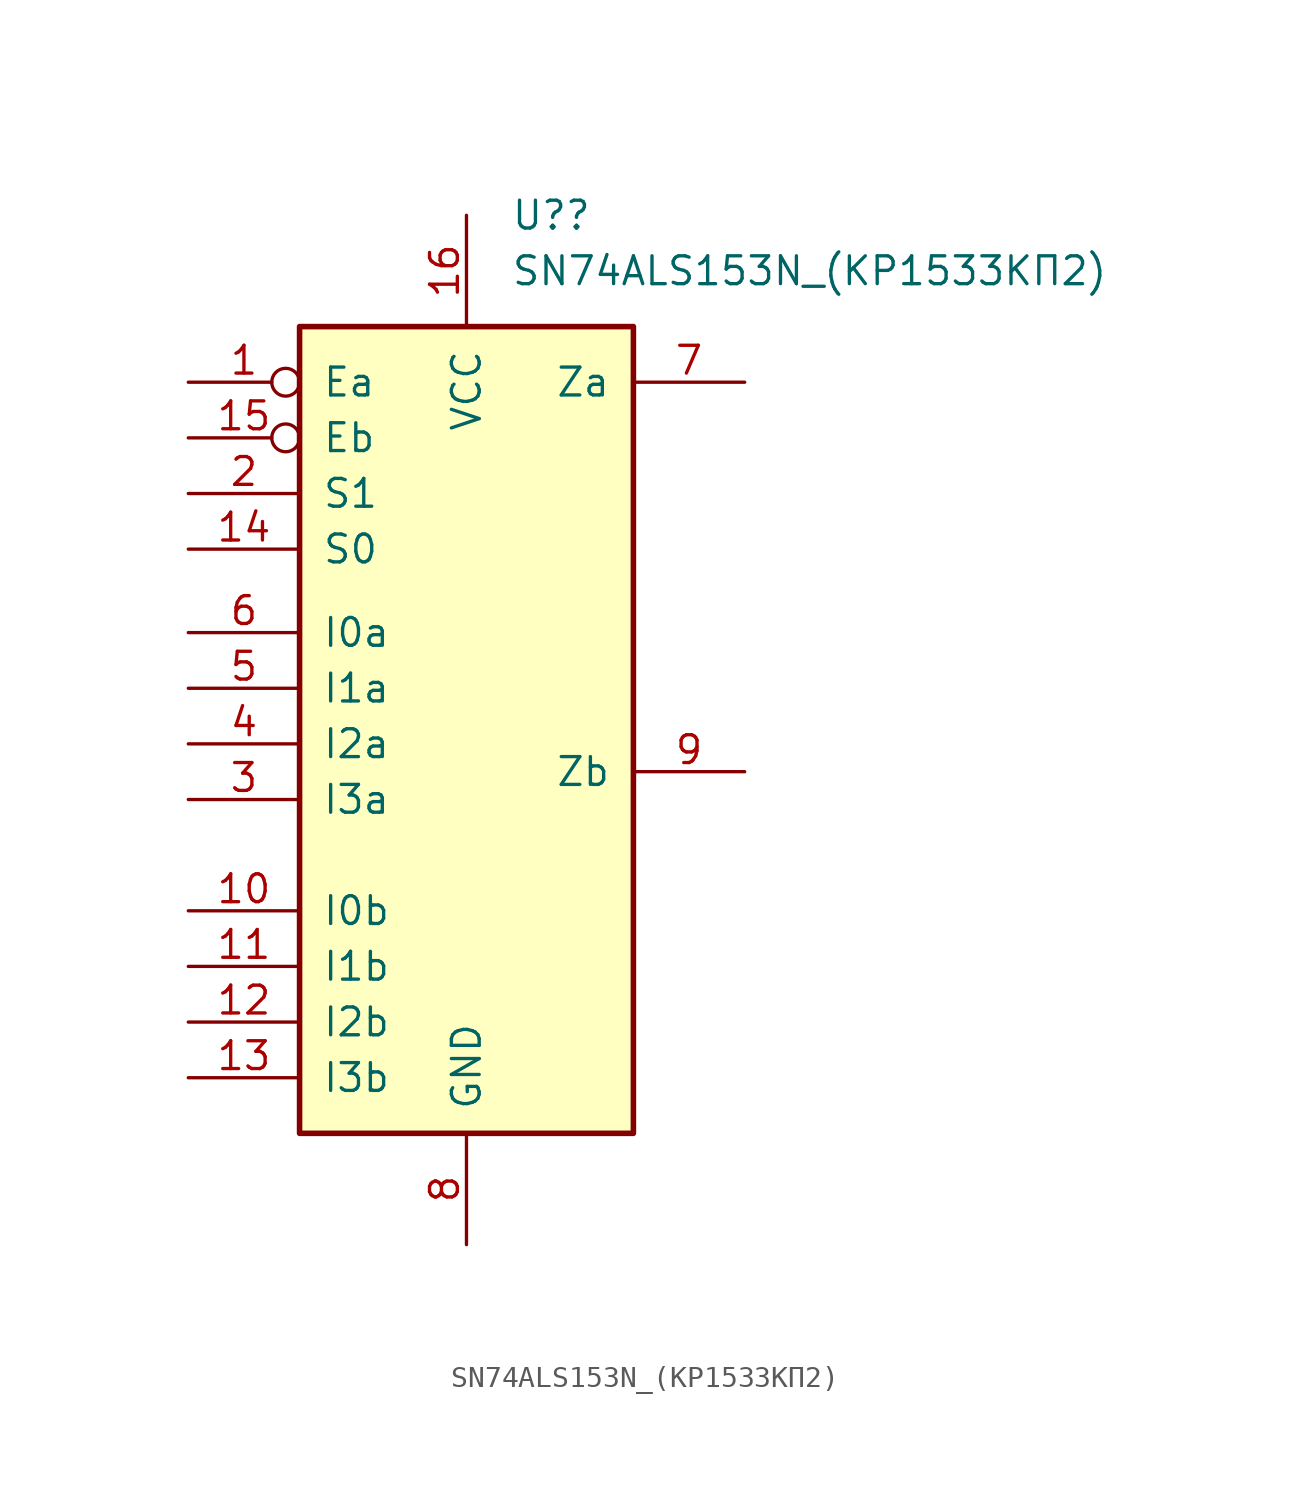
<source format=kicad_sym>
(kicad_symbol_lib
  (version 20211014)
  (generator kicad_symbol_editor)
  (symbol "SN74ALS153N_(КР1533КП2)"
    (pin_names
      (offset 1.016))
    (property "Reference" "U?"
      (at 2.019 25.4 0)
      (effects (font (size 1.27 1.27)) (justify left)))
    (property "Value" "SN74ALS153N_(КР1533КП2)"
      (at 2.019 22.86 0)
      (effects (font (size 1.27 1.27)) (justify left)))
    (property "ki_locked" ""
      (at 0 0 0)
      (effects (font (size 1.27 1.27))))
    (symbol "SN74ALS153N_(КР1533КП2)_1_0"
      (pin input inverted (at -12.7 17.78 0) (length 5.08) (name "Ea" (effects (font (size 1.27 1.27)))) (number "1" (effects (font (size 1.27 1.27)))))
      (pin input line (at -12.7 -6.35 0) (length 5.08) (name "I0b" (effects (font (size 1.27 1.27)))) (number "10" (effects (font (size 1.27 1.27)))))
      (pin input line (at -12.7 -8.89 0) (length 5.08) (name "I1b" (effects (font (size 1.27 1.27)))) (number "11" (effects (font (size 1.27 1.27)))))
      (pin input line (at -12.7 -11.43 0) (length 5.08) (name "I2b" (effects (font (size 1.27 1.27)))) (number "12" (effects (font (size 1.27 1.27)))))
      (pin input line (at -12.7 -13.97 0) (length 5.08) (name "I3b" (effects (font (size 1.27 1.27)))) (number "13" (effects (font (size 1.27 1.27)))))
      (pin input line (at -12.7 10.16 0) (length 5.08) (name "S0" (effects (font (size 1.27 1.27)))) (number "14" (effects (font (size 1.27 1.27)))))
      (pin input inverted (at -12.7 15.24 0) (length 5.08) (name "Eb" (effects (font (size 1.27 1.27)))) (number "15" (effects (font (size 1.27 1.27)))))
      (pin power_in line (at 0 25.4 270) (length 5.08) (name "VCC" (effects (font (size 1.27 1.27)))) (number "16" (effects (font (size 1.27 1.27)))))
      (pin input line (at -12.7 12.7 0) (length 5.08) (name "S1" (effects (font (size 1.27 1.27)))) (number "2" (effects (font (size 1.27 1.27)))))
      (pin input line (at -12.7 -1.27 0) (length 5.08) (name "I3a" (effects (font (size 1.27 1.27)))) (number "3" (effects (font (size 1.27 1.27)))))
      (pin input line (at -12.7 1.27 0) (length 5.08) (name "I2a" (effects (font (size 1.27 1.27)))) (number "4" (effects (font (size 1.27 1.27)))))
      (pin input line (at -12.7 3.81 0) (length 5.08) (name "I1a" (effects (font (size 1.27 1.27)))) (number "5" (effects (font (size 1.27 1.27)))))
      (pin input line (at -12.7 6.35 0) (length 5.08) (name "I0a" (effects (font (size 1.27 1.27)))) (number "6" (effects (font (size 1.27 1.27)))))
      (pin output line (at 12.7 17.78 180) (length 5.08) (name "Za" (effects (font (size 1.27 1.27)))) (number "7" (effects (font (size 1.27 1.27)))))
      (pin power_in line (at 0 -21.59 90) (length 5.08) (name "GND" (effects (font (size 1.27 1.27)))) (number "8" (effects (font (size 1.27 1.27)))))
      (pin output line (at 12.7 0 180) (length 5.08) (name "Zb" (effects (font (size 1.27 1.27)))) (number "9" (effects (font (size 1.27 1.27))))))
    (symbol "SN74ALS153N_(КР1533КП2)_1_1"
      (rectangle (start -7.62 20.32) (end 7.62 -16.51) (stroke (width 0.254) (type default) (color 0 0 0 0)) (fill (type background))))))
</source>
